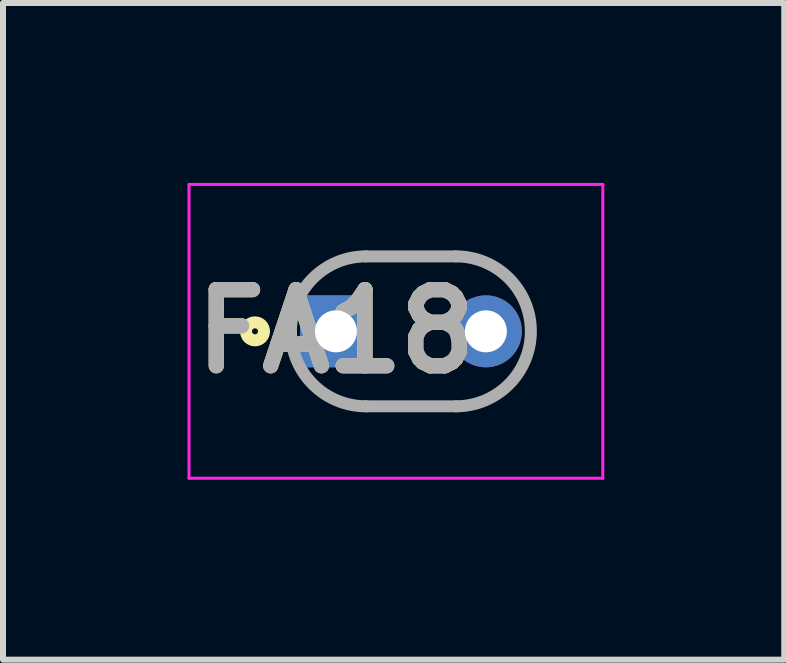
<source format=kicad_pcb>
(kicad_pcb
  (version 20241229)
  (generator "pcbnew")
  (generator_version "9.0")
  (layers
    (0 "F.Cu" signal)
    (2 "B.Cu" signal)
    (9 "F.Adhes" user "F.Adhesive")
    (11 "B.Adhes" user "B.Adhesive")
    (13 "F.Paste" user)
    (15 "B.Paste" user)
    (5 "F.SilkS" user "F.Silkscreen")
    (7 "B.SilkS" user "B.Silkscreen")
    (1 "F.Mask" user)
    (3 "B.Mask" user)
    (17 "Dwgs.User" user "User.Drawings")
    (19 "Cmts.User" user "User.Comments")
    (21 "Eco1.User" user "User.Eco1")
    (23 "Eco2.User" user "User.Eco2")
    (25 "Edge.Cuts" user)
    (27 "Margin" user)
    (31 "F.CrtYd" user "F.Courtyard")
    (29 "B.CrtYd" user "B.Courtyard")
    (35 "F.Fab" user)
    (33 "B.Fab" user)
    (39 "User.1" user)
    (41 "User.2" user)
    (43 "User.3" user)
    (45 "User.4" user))
  (footprint "FA18"
    (layer "F.Cu")
    (at 2.552 2.475)
    (property "Reference" "FA18" (at 0 0 0) (layer "F.SilkS") (effects (font (size 1.27 1.27) (thickness 0.254))))
    (attr through_hole)
    (fp_line (start 0.5 -1.25) (end 2 -1.25) (stroke (width 0.1) (type solid)) (layer "F.SilkS"))
    (fp_line (start 2 1.25) (end 0.5 1.25) (stroke (width 0.1) (type solid)) (layer "F.SilkS"))
    (fp_circle (center -1.35 0) (end -1.35 0.05) (stroke (width 0.2) (type solid)) (fill no) (layer "F.SilkS"))
    (fp_line (start -2.45 -2.45) (end 4.45 -2.45) (stroke (width 0.05) (type solid)) (layer "F.CrtYd"))
    (fp_line (start -2.45 2.45) (end -2.45 -2.45) (stroke (width 0.05) (type solid)) (layer "F.CrtYd"))
    (fp_line (start 4.45 -2.45) (end 4.45 2.45) (stroke (width 0.05) (type solid)) (layer "F.CrtYd"))
    (fp_line (start 4.45 2.45) (end -2.45 2.45) (stroke (width 0.05) (type solid)) (layer "F.CrtYd"))
    (fp_line (start 0.5 -1.25) (end 2 -1.25) (stroke (width 0.2) (type solid)) (layer "F.Fab"))
    (fp_line (start 2 1.25) (end 0.5 1.25) (stroke (width 0.2) (type solid)) (layer "F.Fab"))
    (fp_arc (start 0.5 1.25) (mid -0.75 0) (end 0.5 -1.25) (stroke (width 0.2) (type solid)) (layer "F.Fab"))
    (fp_arc (start 2 -1.25) (mid 3.25 0) (end 2 1.25) (stroke (width 0.2) (type solid)) (layer "F.Fab"))
    (fp_text user "${REFERENCE}" (at 0 0 0) (layer "F.Fab") (effects (font (size 1.27 1.27) (thickness 0.254))))
    (pad "1" thru_hole rect (at 0 0) (size 1.2 1.2) (drill 0.7) (layers "*.Cu" "*.Mask"))
    (pad "2" thru_hole circle (at 2.5 0) (size 1.2 1.2) (drill 0.7) (layers "*.Cu" "*.Mask")))
  (gr_rect
    (start -3 -3)
    (end 10.027 7.95)
    (stroke (width 0.1) (type default))
    (fill no)
    (layer "Edge.Cuts")))
</source>
